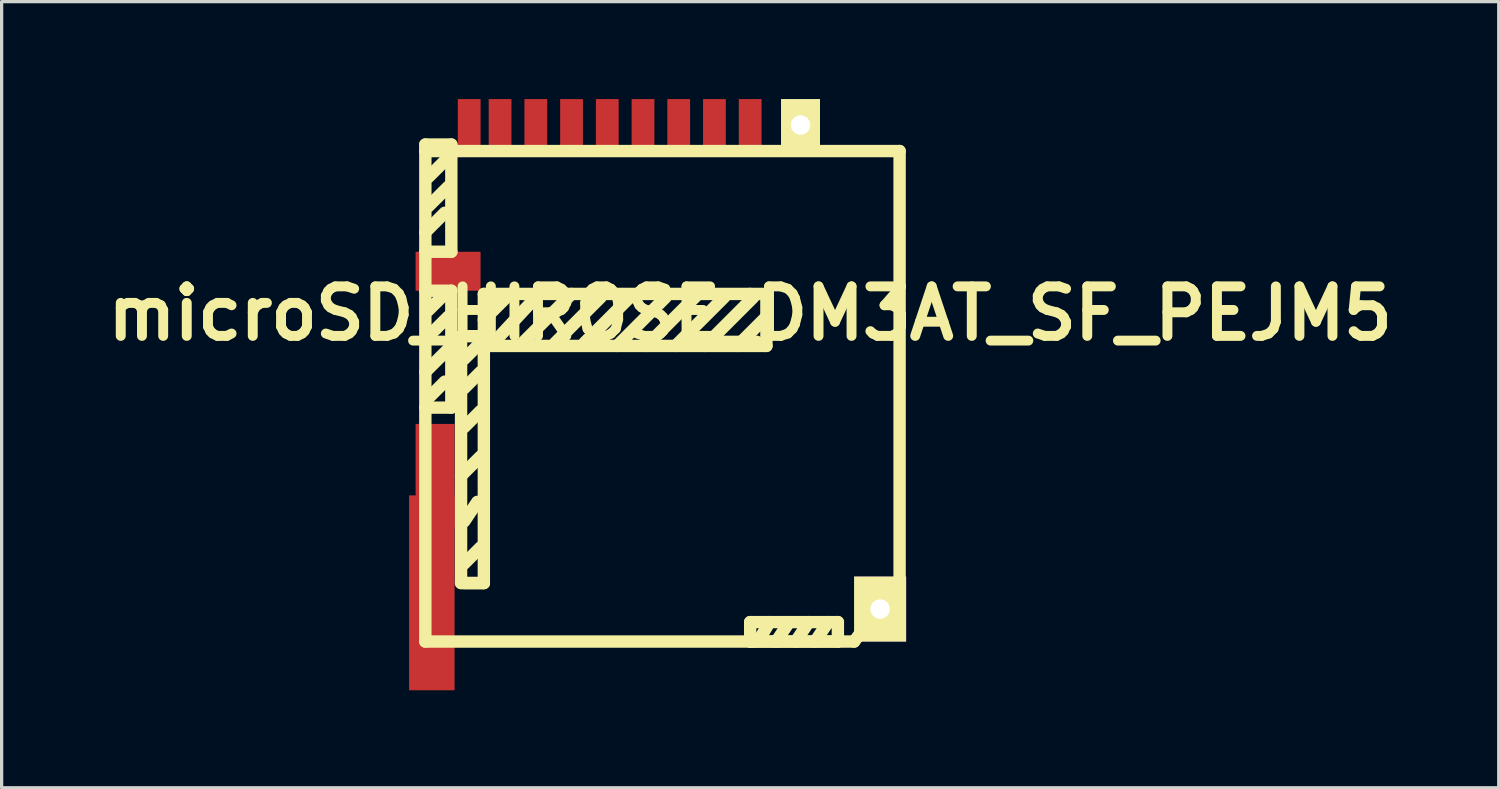
<source format=kicad_pcb>
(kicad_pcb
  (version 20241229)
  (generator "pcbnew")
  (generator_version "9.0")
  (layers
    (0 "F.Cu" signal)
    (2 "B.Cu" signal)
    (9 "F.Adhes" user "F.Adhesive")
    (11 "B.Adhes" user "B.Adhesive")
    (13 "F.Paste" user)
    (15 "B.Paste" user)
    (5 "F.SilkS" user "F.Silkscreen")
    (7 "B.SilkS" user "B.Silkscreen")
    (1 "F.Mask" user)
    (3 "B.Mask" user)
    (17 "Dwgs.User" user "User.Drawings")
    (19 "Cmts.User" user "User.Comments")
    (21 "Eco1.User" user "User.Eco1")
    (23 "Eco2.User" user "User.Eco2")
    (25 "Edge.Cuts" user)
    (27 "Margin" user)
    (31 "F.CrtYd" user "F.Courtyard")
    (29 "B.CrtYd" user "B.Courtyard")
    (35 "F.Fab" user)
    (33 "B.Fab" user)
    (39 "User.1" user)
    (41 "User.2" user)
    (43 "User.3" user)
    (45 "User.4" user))
  (footprint "microSD_HIROSE_DM3AT_SF_PEJM5"
    (layer "F.Cu")
    (at 20.044 1.6)
    (property "Reference" "microSD_HIROSE_DM3AT_SF_PEJM5" (at 0 5.001 0) (layer "F.SilkS") (effects (font (size 1.524 1.524) (thickness 0.305))))
    (attr through_hole)
    (fp_line (start -10 -0.201) (end -9.2 -0.201) (stroke (width 0.381) (type solid)) (layer "F.SilkS"))
    (fp_line (start -10 0) (end -10 -0.201) (stroke (width 0.381) (type solid)) (layer "F.SilkS"))
    (fp_line (start -10 0) (end -10 15.1) (stroke (width 0.381) (type solid)) (layer "F.SilkS"))
    (fp_line (start -10 4.3) (end -9.2 4.3) (stroke (width 0.381) (type solid)) (layer "F.SilkS"))
    (fp_line (start -10 15.1) (end 0.099 15.1) (stroke (width 0.381) (type solid)) (layer "F.SilkS"))
    (fp_line (start -9.5 4.501) (end -9.901 4.9) (stroke (width 0.381) (type solid)) (layer "F.SilkS"))
    (fp_line (start -9.401 1.9) (end -10 2.499) (stroke (width 0.381) (type solid)) (layer "F.SilkS"))
    (fp_line (start -9.401 7.099) (end -9.901 7.6) (stroke (width 0.381) (type solid)) (layer "F.SilkS"))
    (fp_line (start -9.299 0.201) (end -9.901 0.8) (stroke (width 0.381) (type solid)) (layer "F.SilkS"))
    (fp_line (start -9.299 1.1) (end -9.901 1.699) (stroke (width 0.381) (type solid)) (layer "F.SilkS"))
    (fp_line (start -9.299 5.1) (end -10 5.799) (stroke (width 0.381) (type solid)) (layer "F.SilkS"))
    (fp_line (start -9.299 6.101) (end -10 6.8) (stroke (width 0.381) (type solid)) (layer "F.SilkS"))
    (fp_line (start -9.2 -0.201) (end -9.2 3.099) (stroke (width 0.381) (type solid)) (layer "F.SilkS"))
    (fp_line (start -9.2 3.099) (end -10 3.099) (stroke (width 0.381) (type solid)) (layer "F.SilkS"))
    (fp_line (start -9.2 4.3) (end -9.2 7.899) (stroke (width 0.381) (type solid)) (layer "F.SilkS"))
    (fp_line (start -9.2 7.899) (end -10 7.899) (stroke (width 0.381) (type solid)) (layer "F.SilkS"))
    (fp_line (start -8.9 5.7) (end -8.9 13.299) (stroke (width 0.381) (type solid)) (layer "F.SilkS"))
    (fp_line (start -8.9 5.7) (end -8.199 5.7) (stroke (width 0.381) (type solid)) (layer "F.SilkS"))
    (fp_line (start -8.9 13.299) (end -8.199 13.299) (stroke (width 0.381) (type solid)) (layer "F.SilkS"))
    (fp_line (start -8.4 10.8) (end -8.801 11.4) (stroke (width 0.381) (type solid)) (layer "F.SilkS"))
    (fp_line (start -8.301 5.9) (end -8.801 6.401) (stroke (width 0.381) (type solid)) (layer "F.SilkS"))
    (fp_line (start -8.301 6.8) (end -8.801 7.3) (stroke (width 0.381) (type solid)) (layer "F.SilkS"))
    (fp_line (start -8.301 8.001) (end -8.801 8.499) (stroke (width 0.381) (type solid)) (layer "F.SilkS"))
    (fp_line (start -8.301 9.401) (end -8.9 10) (stroke (width 0.381) (type solid)) (layer "F.SilkS"))
    (fp_line (start -8.301 12.2) (end -8.801 12.7) (stroke (width 0.381) (type solid)) (layer "F.SilkS"))
    (fp_line (start -8.199 4.399) (end 0 4.399) (stroke (width 0.381) (type solid)) (layer "F.SilkS"))
    (fp_line (start -8.199 5.7) (end -8.199 13.299) (stroke (width 0.381) (type solid)) (layer "F.SilkS"))
    (fp_line (start -8.199 5.999) (end -8.199 4.399) (stroke (width 0.381) (type solid)) (layer "F.SilkS"))
    (fp_line (start -8.199 13.299) (end -8.801 13.299) (stroke (width 0.381) (type solid)) (layer "F.SilkS"))
    (fp_line (start -7.399 4.399) (end -8.199 5.199) (stroke (width 0.381) (type solid)) (layer "F.SilkS"))
    (fp_line (start -6.5 4.399) (end -7.899 5.9) (stroke (width 0.381) (type solid)) (layer "F.SilkS"))
    (fp_line (start -5.499 4.399) (end -7 5.9) (stroke (width 0.381) (type solid)) (layer "F.SilkS"))
    (fp_line (start -4.6 4.501) (end -5.999 5.9) (stroke (width 0.381) (type solid)) (layer "F.SilkS"))
    (fp_line (start -3.701 4.501) (end -5.1 5.9) (stroke (width 0.381) (type solid)) (layer "F.SilkS"))
    (fp_line (start -2.601 4.501) (end -4.1 5.999) (stroke (width 0.381) (type solid)) (layer "F.SilkS"))
    (fp_line (start -1.6 4.399) (end -3.2 5.999) (stroke (width 0.381) (type solid)) (layer "F.SilkS"))
    (fp_line (start -0.8 4.501) (end -2.301 5.999) (stroke (width 0.381) (type solid)) (layer "F.SilkS"))
    (fp_line (start 0 4.399) (end 0.5 4.399) (stroke (width 0.381) (type solid)) (layer "F.SilkS"))
    (fp_line (start 0 14.501) (end 2.7 14.501) (stroke (width 0.381) (type solid)) (layer "F.SilkS"))
    (fp_line (start 0 15.1) (end 0 14.501) (stroke (width 0.381) (type solid)) (layer "F.SilkS"))
    (fp_line (start 0 15.1) (end 3.2 15.1) (stroke (width 0.381) (type solid)) (layer "F.SilkS"))
    (fp_line (start 0.099 4.501) (end -1.4 5.999) (stroke (width 0.381) (type solid)) (layer "F.SilkS"))
    (fp_line (start 0.5 4.399) (end 0.5 5.999) (stroke (width 0.381) (type solid)) (layer "F.SilkS"))
    (fp_line (start 0.5 5.1) (end -0.399 5.999) (stroke (width 0.381) (type solid)) (layer "F.SilkS"))
    (fp_line (start 0.5 5.999) (end -8.199 5.999) (stroke (width 0.381) (type solid)) (layer "F.SilkS"))
    (fp_line (start 0.599 14.501) (end 0.3 15.001) (stroke (width 0.381) (type solid)) (layer "F.SilkS"))
    (fp_line (start 1.201 14.501) (end 0.8 15.1) (stroke (width 0.381) (type solid)) (layer "F.SilkS"))
    (fp_line (start 1.801 14.501) (end 1.402 15.1) (stroke (width 0.381) (type solid)) (layer "F.SilkS"))
    (fp_line (start 2.4 14.501) (end 1.999 15.1) (stroke (width 0.381) (type solid)) (layer "F.SilkS"))
    (fp_line (start 2.7 14.501) (end 2.7 15.1) (stroke (width 0.381) (type solid)) (layer "F.SilkS"))
    (fp_line (start 2.7 15.1) (end 0 15.1) (stroke (width 0.381) (type solid)) (layer "F.SilkS"))
    (fp_line (start 3.2 15.1) (end 4.6 13.2) (stroke (width 0.381) (type solid)) (layer "F.SilkS"))
    (fp_line (start 4.6 0) (end -10 0) (stroke (width 0.381) (type solid)) (layer "F.SilkS"))
    (fp_line (start 4.6 13.2) (end 4.6 0) (stroke (width 0.381) (type solid)) (layer "F.SilkS"))
    (pad "" smd rect (at -9.8 13.6) (size 1.4 6) (layers "F.Cu" "F.Mask" "F.Paste"))
    (pad "" smd rect (at -9.7 10) (size 1.199 3.199) (layers "F.Cu" "F.Mask" "F.Paste"))
    (pad "" smd rect (at -9.3 3.7) (size 1.999 1.199) (layers "F.Cu" "F.Mask" "F.Paste"))
    (pad "" smd rect (at -8.65 -0.8) (size 0.701 1.6) (layers "F.Cu" "F.Mask" "F.Paste"))
    (pad "" thru_hole rect (at 1.55 -0.8) (size 1.199 1.6) (drill 0.599) (layers "*.Cu" "*.Mask" "F.SilkS"))
    (pad "" thru_hole rect (at 4 14.1) (size 1.6 1.999) (drill 0.599) (layers "*.Cu" "*.Mask" "F.SilkS"))
    (pad "1" smd rect (at 0 -0.8) (size 0.701 1.6) (layers "F.Cu" "F.Mask" "F.Paste"))
    (pad "2" smd rect (at -1.1 -0.8) (size 0.701 1.6) (layers "F.Cu" "F.Mask" "F.Paste"))
    (pad "3" smd rect (at -2.2 -0.8) (size 0.701 1.6) (layers "F.Cu" "F.Mask" "F.Paste"))
    (pad "4" smd rect (at -3.299 -0.8) (size 0.701 1.6) (layers "F.Cu" "F.Mask" "F.Paste"))
    (pad "5" smd rect (at -4.399 -0.8) (size 0.701 1.6) (layers "F.Cu" "F.Mask" "F.Paste"))
    (pad "6" smd rect (at -5.499 -0.8) (size 0.701 1.6) (layers "F.Cu" "F.Mask" "F.Paste"))
    (pad "7" smd rect (at -6.599 -0.8) (size 0.701 1.6) (layers "F.Cu" "F.Mask" "F.Paste"))
    (pad "8" smd rect (at -7.699 -0.8) (size 0.701 1.6) (layers "F.Cu" "F.Mask" "F.Paste")))
  (gr_rect
    (start -3 -3)
    (end 43.088 21.2)
    (stroke (width 0.1) (type default))
    (fill no)
    (layer "Edge.Cuts")))
</source>
